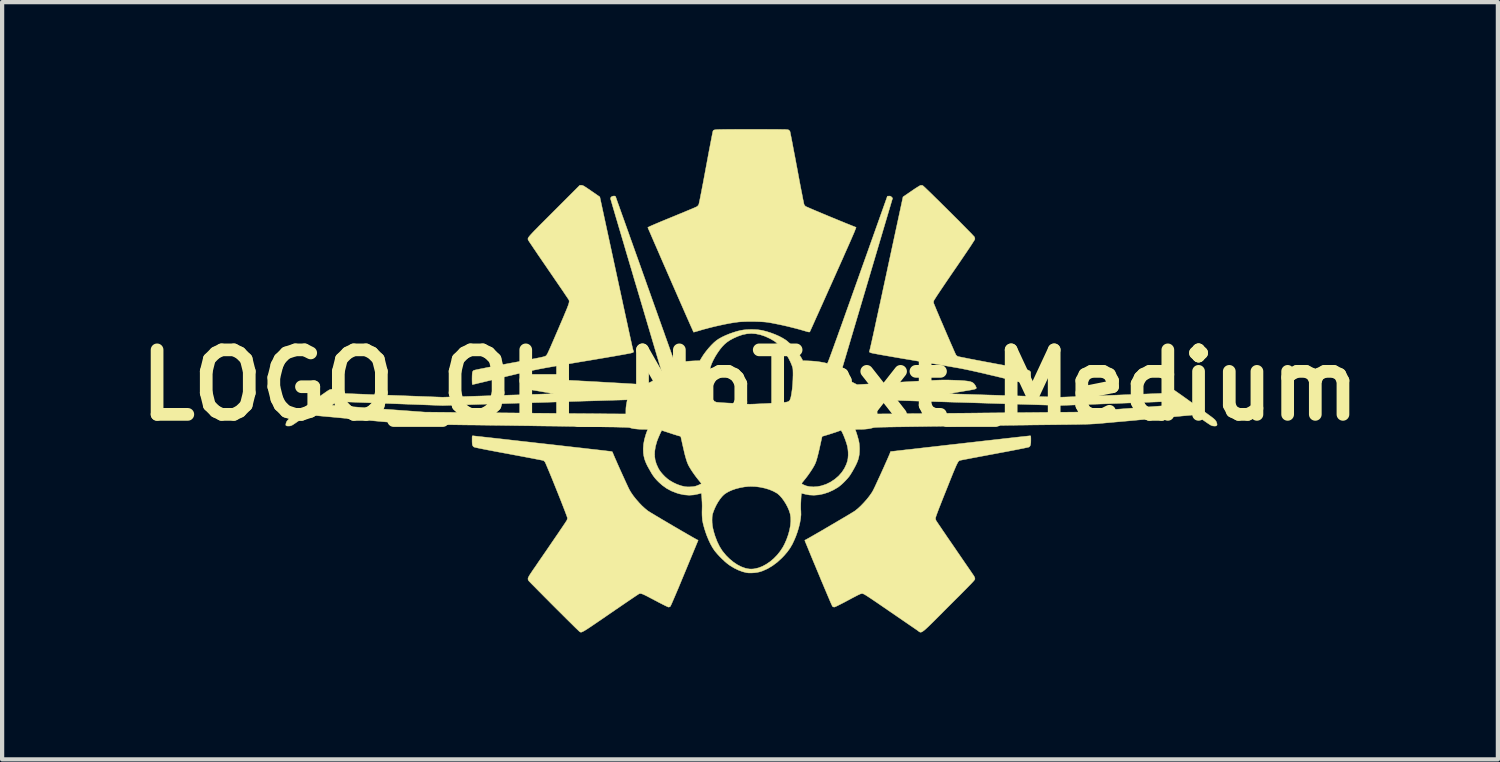
<source format=kicad_pcb>
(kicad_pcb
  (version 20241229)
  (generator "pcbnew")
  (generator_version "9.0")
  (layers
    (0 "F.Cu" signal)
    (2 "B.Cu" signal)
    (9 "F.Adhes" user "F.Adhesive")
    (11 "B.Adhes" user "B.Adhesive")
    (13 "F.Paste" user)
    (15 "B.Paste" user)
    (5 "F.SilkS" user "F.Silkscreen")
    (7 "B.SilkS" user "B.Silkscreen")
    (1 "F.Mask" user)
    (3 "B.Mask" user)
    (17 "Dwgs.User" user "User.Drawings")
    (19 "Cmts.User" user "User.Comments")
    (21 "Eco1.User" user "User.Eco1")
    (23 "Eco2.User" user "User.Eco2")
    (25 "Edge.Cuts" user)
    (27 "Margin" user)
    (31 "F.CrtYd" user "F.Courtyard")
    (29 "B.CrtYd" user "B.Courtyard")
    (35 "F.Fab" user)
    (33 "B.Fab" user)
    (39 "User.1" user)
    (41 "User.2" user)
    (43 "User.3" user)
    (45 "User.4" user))
  (footprint "LOGO_OH_NoText_Medium"
    (layer "F.Cu")
    (at 14.667 6.049)
    (property "Reference" "LOGO_OH_NoText_Medium" (at 0 0 0) (layer "F.SilkS") (effects (font (size 1.524 1.524) (thickness 0.3))))
    (attr through_hole board_only exclude_from_pos_files exclude_from_bom)
    (fp_poly (pts (xy 4.076 -4.719) (xy 4.085 -4.712) (xy 4.105 -4.694) (xy 4.135 -4.667) (xy 4.173 -4.63) (xy 4.22 -4.585) (xy 4.274 -4.533) (xy 4.333 -4.475) (xy 4.398 -4.411) (xy 4.467 -4.344) (xy 4.538 -4.273) (xy 4.612 -4.2) (xy 4.686 -4.126) (xy 4.761 -4.052) (xy 4.835 -3.978) (xy 4.907 -3.907) (xy 4.975 -3.838) (xy 5.04 -3.772) (xy 5.1 -3.711) (xy 5.154 -3.656) (xy 5.202 -3.608) (xy 5.241 -3.567) (xy 5.271 -3.535) (xy 5.292 -3.513) (xy 5.302 -3.501) (xy 5.302 -3.5) (xy 5.311 -3.468) (xy 5.311 -3.448) (xy 5.305 -3.436) (xy 5.289 -3.409) (xy 5.264 -3.37) (xy 5.23 -3.317) (xy 5.186 -3.25) (xy 5.132 -3.17) (xy 5.069 -3.077) (xy 4.997 -2.971) (xy 4.916 -2.852) (xy 4.826 -2.721) (xy 4.747 -2.606) (xy 4.674 -2.499) (xy 4.607 -2.4) (xy 4.547 -2.311) (xy 4.493 -2.231) (xy 4.447 -2.162) (xy 4.408 -2.103) (xy 4.378 -2.056) (xy 4.356 -2.021) (xy 4.343 -1.999) (xy 4.339 -1.992) (xy 4.336 -1.966) (xy 4.337 -1.944) (xy 4.337 -1.943) (xy 4.341 -1.931) (xy 4.352 -1.904) (xy 4.368 -1.865) (xy 4.389 -1.815) (xy 4.413 -1.756) (xy 4.442 -1.689) (xy 4.473 -1.615) (xy 4.507 -1.535) (xy 4.543 -1.453) (xy 4.579 -1.368) (xy 4.616 -1.282) (xy 4.652 -1.198) (xy 4.688 -1.115) (xy 4.722 -1.036) (xy 4.754 -0.963) (xy 4.784 -0.896) (xy 4.809 -0.837) (xy 4.831 -0.788) (xy 4.848 -0.75) (xy 4.86 -0.725) (xy 4.866 -0.714) (xy 4.866 -0.714) (xy 4.886 -0.694) (xy 4.906 -0.681) (xy 4.917 -0.677) (xy 4.944 -0.671) (xy 4.985 -0.663) (xy 5.039 -0.652) (xy 5.106 -0.639) (xy 5.183 -0.623) (xy 5.27 -0.607) (xy 5.365 -0.588) (xy 5.468 -0.569) (xy 5.577 -0.548) (xy 5.691 -0.527) (xy 5.754 -0.515) (xy 5.889 -0.49) (xy 6.009 -0.468) (xy 6.114 -0.448) (xy 6.205 -0.431) (xy 6.284 -0.416) (xy 6.351 -0.403) (xy 6.408 -0.392) (xy 6.455 -0.383) (xy 6.493 -0.375) (xy 6.523 -0.368) (xy 6.547 -0.362) (xy 6.565 -0.357) (xy 6.578 -0.353) (xy 6.588 -0.349) (xy 6.595 -0.345) (xy 6.6 -0.341) (xy 6.604 -0.337) (xy 6.604 -0.337) (xy 6.63 -0.311) (xy 6.632 -0.163) (xy 6.635 -0.015) (xy 6.615 -0.016) (xy 6.604 -0.018) (xy 6.577 -0.024) (xy 6.537 -0.033) (xy 6.486 -0.046) (xy 6.423 -0.06) (xy 6.352 -0.078) (xy 6.273 -0.097) (xy 6.188 -0.117) (xy 6.101 -0.139) (xy 5.913 -0.185) (xy 5.741 -0.226) (xy 5.583 -0.263) (xy 5.44 -0.297) (xy 5.31 -0.326) (xy 5.193 -0.352) (xy 5.088 -0.374) (xy 4.995 -0.393) (xy 4.958 -0.4) (xy 4.928 -0.405) (xy 4.883 -0.413) (xy 4.824 -0.423) (xy 4.752 -0.436) (xy 4.669 -0.45) (xy 4.576 -0.466) (xy 4.473 -0.483) (xy 4.363 -0.502) (xy 4.247 -0.522) (xy 4.126 -0.542) (xy 4.001 -0.563) (xy 3.873 -0.585) (xy 3.861 -0.587) (xy 3.736 -0.608) (xy 3.615 -0.628) (xy 3.499 -0.648) (xy 3.389 -0.667) (xy 3.287 -0.685) (xy 3.193 -0.701) (xy 3.108 -0.716) (xy 3.034 -0.729) (xy 2.973 -0.741) (xy 2.924 -0.75) (xy 2.889 -0.757) (xy 2.87 -0.761) (xy 2.868 -0.762) (xy 2.839 -0.772) (xy 2.824 -0.78) (xy 2.818 -0.788) (xy 2.819 -0.797) (xy 2.823 -0.811) (xy 2.828 -0.828) (xy 2.833 -0.849) (xy 2.84 -0.876) (xy 2.847 -0.908) (xy 2.856 -0.946) (xy 2.866 -0.991) (xy 2.878 -1.043) (xy 2.891 -1.104) (xy 2.907 -1.173) (xy 2.924 -1.252) (xy 2.944 -1.341) (xy 2.965 -1.441) (xy 2.989 -1.552) (xy 3.016 -1.675) (xy 3.045 -1.81) (xy 3.078 -1.959) (xy 3.113 -2.122) (xy 3.151 -2.3) (xy 3.193 -2.493) (xy 3.238 -2.702) (xy 3.239 -2.708) (xy 3.614 -4.448) (xy 3.811 -4.583) (xy 3.863 -4.619) (xy 3.911 -4.651) (xy 3.954 -4.678) (xy 3.99 -4.7) (xy 4.016 -4.715) (xy 4.03 -4.721) (xy 4.031 -4.721) (xy 4.057 -4.721) (xy 4.076 -4.719)) (stroke (width 0.01) (type solid)) (fill yes) (layer "F.SilkS"))
    (fp_poly (pts (xy -3.983 -4.723) (xy -3.971 -4.722) (xy -3.959 -4.719) (xy -3.944 -4.714) (xy -3.925 -4.704) (xy -3.901 -4.689) (xy -3.869 -4.669) (xy -3.828 -4.641) (xy -3.775 -4.605) (xy -3.746 -4.585) (xy -3.548 -4.448) (xy -3.165 -2.674) (xy -3.128 -2.503) (xy -3.092 -2.337) (xy -3.057 -2.175) (xy -3.023 -2.018) (xy -2.991 -1.868) (xy -2.96 -1.726) (xy -2.931 -1.591) (xy -2.903 -1.465) (xy -2.878 -1.348) (xy -2.855 -1.242) (xy -2.834 -1.147) (xy -2.816 -1.064) (xy -2.8 -0.993) (xy -2.788 -0.936) (xy -2.778 -0.894) (xy -2.772 -0.866) (xy -2.769 -0.854) (xy -2.76 -0.826) (xy -2.753 -0.802) (xy -2.75 -0.793) (xy -2.751 -0.784) (xy -2.761 -0.776) (xy -2.784 -0.767) (xy -2.803 -0.761) (xy -2.819 -0.757) (xy -2.851 -0.751) (xy -2.897 -0.742) (xy -2.956 -0.731) (xy -3.027 -0.718) (xy -3.11 -0.704) (xy -3.202 -0.687) (xy -3.304 -0.67) (xy -3.412 -0.651) (xy -3.528 -0.632) (xy -3.649 -0.611) (xy -3.774 -0.59) (xy -3.822 -0.582) (xy -3.992 -0.554) (xy -4.145 -0.528) (xy -4.285 -0.504) (xy -4.413 -0.483) (xy -4.529 -0.463) (xy -4.635 -0.444) (xy -4.732 -0.427) (xy -4.823 -0.411) (xy -4.907 -0.395) (xy -4.988 -0.38) (xy -5.065 -0.364) (xy -5.14 -0.349) (xy -5.215 -0.333) (xy -5.291 -0.316) (xy -5.37 -0.298) (xy -5.452 -0.279) (xy -5.539 -0.259) (xy -5.633 -0.236) (xy -5.735 -0.212) (xy -5.846 -0.185) (xy -5.967 -0.156) (xy -6.002 -0.147) (xy -6.095 -0.124) (xy -6.183 -0.103) (xy -6.265 -0.083) (xy -6.34 -0.065) (xy -6.406 -0.05) (xy -6.461 -0.036) (xy -6.505 -0.026) (xy -6.536 -0.019) (xy -6.552 -0.016) (xy -6.554 -0.015) (xy -6.559 -0.019) (xy -6.562 -0.03) (xy -6.564 -0.052) (xy -6.565 -0.086) (xy -6.566 -0.134) (xy -6.566 -0.155) (xy -6.565 -0.214) (xy -6.563 -0.259) (xy -6.56 -0.291) (xy -6.555 -0.315) (xy -6.546 -0.331) (xy -6.535 -0.344) (xy -6.526 -0.35) (xy -6.515 -0.353) (xy -6.487 -0.36) (xy -6.445 -0.369) (xy -6.389 -0.381) (xy -6.32 -0.394) (xy -6.238 -0.411) (xy -6.145 -0.429) (xy -6.041 -0.448) (xy -5.927 -0.47) (xy -5.805 -0.493) (xy -5.683 -0.516) (xy -5.547 -0.541) (xy -5.426 -0.563) (xy -5.32 -0.583) (xy -5.228 -0.601) (xy -5.148 -0.616) (xy -5.08 -0.629) (xy -5.023 -0.64) (xy -4.975 -0.65) (xy -4.936 -0.658) (xy -4.905 -0.665) (xy -4.881 -0.671) (xy -4.862 -0.676) (xy -4.848 -0.681) (xy -4.837 -0.685) (xy -4.829 -0.689) (xy -4.826 -0.691) (xy -4.819 -0.696) (xy -4.813 -0.702) (xy -4.807 -0.709) (xy -4.799 -0.72) (xy -4.791 -0.734) (xy -4.78 -0.754) (xy -4.768 -0.78) (xy -4.752 -0.814) (xy -4.733 -0.856) (xy -4.71 -0.907) (xy -4.684 -0.968) (xy -4.652 -1.041) (xy -4.615 -1.127) (xy -4.572 -1.227) (xy -4.532 -1.319) (xy -4.483 -1.435) (xy -4.439 -1.536) (xy -4.402 -1.623) (xy -4.371 -1.698) (xy -4.344 -1.762) (xy -4.322 -1.815) (xy -4.305 -1.86) (xy -4.292 -1.896) (xy -4.282 -1.926) (xy -4.276 -1.949) (xy -4.273 -1.968) (xy -4.272 -1.983) (xy -4.273 -1.995) (xy -4.276 -2.005) (xy -4.28 -2.015) (xy -4.283 -2.021) (xy -4.29 -2.031) (xy -4.305 -2.054) (xy -4.329 -2.089) (xy -4.36 -2.135) (xy -4.398 -2.192) (xy -4.442 -2.257) (xy -4.492 -2.33) (xy -4.547 -2.41) (xy -4.606 -2.496) (xy -4.668 -2.587) (xy -4.734 -2.683) (xy -4.763 -2.725) (xy -4.829 -2.822) (xy -4.893 -2.915) (xy -4.953 -3.003) (xy -5.01 -3.086) (xy -5.061 -3.162) (xy -5.108 -3.231) (xy -5.148 -3.291) (xy -5.182 -3.341) (xy -5.209 -3.381) (xy -5.227 -3.409) (xy -5.237 -3.425) (xy -5.239 -3.428) (xy -5.242 -3.437) (xy -5.245 -3.445) (xy -5.246 -3.453) (xy -5.245 -3.463) (xy -5.242 -3.474) (xy -5.235 -3.487) (xy -5.224 -3.503) (xy -5.208 -3.523) (xy -5.187 -3.548) (xy -5.16 -3.577) (xy -5.127 -3.613) (xy -5.086 -3.656) (xy -5.037 -3.705) (xy -4.98 -3.764) (xy -4.913 -3.831) (xy -4.837 -3.907) (xy -4.75 -3.994) (xy -4.652 -4.092) (xy -4.629 -4.115) (xy -4.021 -4.723) (xy -3.983 -4.723)) (stroke (width 0.01) (type solid)) (fill yes) (layer "F.SilkS"))
    (fp_poly (pts (xy -0.007 -6.044) (xy 0.035 -6.044) (xy 0.174 -6.044) (xy 0.298 -6.044) (xy 0.407 -6.043) (xy 0.502 -6.043) (xy 0.583 -6.043) (xy 0.653 -6.043) (xy 0.712 -6.042) (xy 0.761 -6.041) (xy 0.801 -6.04) (xy 0.833 -6.04) (xy 0.858 -6.038) (xy 0.877 -6.037) (xy 0.89 -6.035) (xy 0.9 -6.033) (xy 0.907 -6.031) (xy 0.911 -6.03) (xy 0.931 -6.013) (xy 0.944 -5.996) (xy 0.946 -5.985) (xy 0.952 -5.958) (xy 0.96 -5.917) (xy 0.971 -5.863) (xy 0.984 -5.797) (xy 0.999 -5.72) (xy 1.015 -5.633) (xy 1.033 -5.538) (xy 1.053 -5.435) (xy 1.074 -5.325) (xy 1.095 -5.211) (xy 1.11 -5.133) (xy 1.132 -5.015) (xy 1.153 -4.902) (xy 1.173 -4.794) (xy 1.192 -4.694) (xy 1.21 -4.601) (xy 1.227 -4.517) (xy 1.241 -4.443) (xy 1.253 -4.381) (xy 1.264 -4.331) (xy 1.271 -4.294) (xy 1.276 -4.273) (xy 1.278 -4.267) (xy 1.294 -4.244) (xy 1.31 -4.226) (xy 1.32 -4.221) (xy 1.344 -4.21) (xy 1.381 -4.194) (xy 1.429 -4.173) (xy 1.487 -4.148) (xy 1.553 -4.12) (xy 1.625 -4.09) (xy 1.703 -4.057) (xy 1.785 -4.023) (xy 1.868 -3.988) (xy 1.953 -3.953) (xy 2.036 -3.919) (xy 2.118 -3.885) (xy 2.195 -3.854) (xy 2.267 -3.824) (xy 2.333 -3.798) (xy 2.39 -3.775) (xy 2.437 -3.756) (xy 2.473 -3.742) (xy 2.496 -3.733) (xy 2.504 -3.731) (xy 2.505 -3.728) (xy 2.503 -3.72) (xy 2.498 -3.706) (xy 2.49 -3.685) (xy 2.479 -3.657) (xy 2.465 -3.621) (xy 2.446 -3.577) (xy 2.423 -3.524) (xy 2.396 -3.461) (xy 2.364 -3.388) (xy 2.327 -3.304) (xy 2.284 -3.208) (xy 2.236 -3.1) (xy 2.183 -2.979) (xy 2.123 -2.845) (xy 2.057 -2.697) (xy 1.984 -2.534) (xy 1.969 -2.5) (xy 1.908 -2.364) (xy 1.848 -2.231) (xy 1.791 -2.103) (xy 1.737 -1.982) (xy 1.685 -1.866) (xy 1.637 -1.759) (xy 1.592 -1.659) (xy 1.551 -1.569) (xy 1.515 -1.488) (xy 1.484 -1.419) (xy 1.458 -1.361) (xy 1.437 -1.315) (xy 1.422 -1.283) (xy 1.414 -1.264) (xy 1.412 -1.26) (xy 1.407 -1.256) (xy 1.396 -1.256) (xy 1.378 -1.258) (xy 1.35 -1.265) (xy 1.309 -1.277) (xy 1.282 -1.285) (xy 1.161 -1.32) (xy 1.03 -1.354) (xy 0.896 -1.388) (xy 0.76 -1.419) (xy 0.629 -1.446) (xy 0.507 -1.47) (xy 0.419 -1.485) (xy 0.369 -1.491) (xy 0.304 -1.496) (xy 0.23 -1.5) (xy 0.149 -1.503) (xy 0.064 -1.504) (xy -0.021 -1.504) (xy -0.102 -1.503) (xy -0.176 -1.5) (xy -0.24 -1.496) (xy -0.274 -1.493) (xy -0.371 -1.48) (xy -0.48 -1.462) (xy -0.599 -1.439) (xy -0.724 -1.412) (xy -0.852 -1.383) (xy -0.979 -1.351) (xy -1.102 -1.318) (xy -1.187 -1.293) (xy -1.233 -1.279) (xy -1.273 -1.268) (xy -1.305 -1.259) (xy -1.325 -1.253) (xy -1.331 -1.252) (xy -1.335 -1.259) (xy -1.346 -1.282) (xy -1.362 -1.318) (xy -1.384 -1.367) (xy -1.412 -1.429) (xy -1.444 -1.502) (xy -1.481 -1.585) (xy -1.522 -1.678) (xy -1.567 -1.781) (xy -1.615 -1.891) (xy -1.667 -2.008) (xy -1.721 -2.132) (xy -1.778 -2.262) (xy -1.837 -2.396) (xy -1.875 -2.484) (xy -1.935 -2.621) (xy -1.993 -2.754) (xy -2.049 -2.882) (xy -2.102 -3.004) (xy -2.152 -3.12) (xy -2.199 -3.228) (xy -2.243 -3.328) (xy -2.282 -3.418) (xy -2.317 -3.499) (xy -2.347 -3.569) (xy -2.372 -3.627) (xy -2.392 -3.672) (xy -2.406 -3.704) (xy -2.413 -3.723) (xy -2.415 -3.726) (xy -2.408 -3.731) (xy -2.385 -3.742) (xy -2.349 -3.759) (xy -2.299 -3.781) (xy -2.236 -3.808) (xy -2.161 -3.84) (xy -2.075 -3.876) (xy -1.978 -3.916) (xy -1.871 -3.96) (xy -1.848 -3.969) (xy -1.754 -4.008) (xy -1.665 -4.045) (xy -1.58 -4.079) (xy -1.503 -4.112) (xy -1.433 -4.141) (xy -1.373 -4.166) (xy -1.324 -4.187) (xy -1.286 -4.204) (xy -1.262 -4.215) (xy -1.253 -4.219) (xy -1.231 -4.239) (xy -1.213 -4.264) (xy -1.212 -4.266) (xy -1.208 -4.279) (xy -1.202 -4.308) (xy -1.192 -4.352) (xy -1.18 -4.41) (xy -1.166 -4.482) (xy -1.149 -4.566) (xy -1.131 -4.663) (xy -1.11 -4.77) (xy -1.088 -4.888) (xy -1.064 -5.016) (xy -1.041 -5.141) (xy -1.019 -5.258) (xy -0.998 -5.371) (xy -0.978 -5.479) (xy -0.959 -5.579) (xy -0.941 -5.672) (xy -0.925 -5.755) (xy -0.911 -5.828) (xy -0.899 -5.89) (xy -0.889 -5.94) (xy -0.882 -5.976) (xy -0.877 -5.997) (xy -0.875 -6.002) (xy -0.872 -6.009) (xy -0.868 -6.015) (xy -0.864 -6.02) (xy -0.857 -6.024) (xy -0.848 -6.028) (xy -0.834 -6.032) (xy -0.816 -6.034) (xy -0.791 -6.037) (xy -0.76 -6.039) (xy -0.721 -6.04) (xy -0.673 -6.041) (xy -0.615 -6.042) (xy -0.546 -6.043) (xy -0.466 -6.043) (xy -0.373 -6.043) (xy -0.266 -6.044) (xy -0.144 -6.044) (xy -0.007 -6.044)) (stroke (width 0.01) (type solid)) (fill yes) (layer "F.SilkS"))
    (fp_poly (pts (xy -6.538 1.196) (xy -6.512 1.199) (xy -6.472 1.204) (xy -6.417 1.21) (xy -6.35 1.217) (xy -6.271 1.226) (xy -6.181 1.236) (xy -6.082 1.247) (xy -5.973 1.259) (xy -5.856 1.272) (xy -5.733 1.286) (xy -5.604 1.301) (xy -5.47 1.316) (xy -5.332 1.332) (xy -5.191 1.347) (xy -5.048 1.364) (xy -4.904 1.38) (xy -4.76 1.396) (xy -4.618 1.412) (xy -4.477 1.428) (xy -4.34 1.444) (xy -4.206 1.459) (xy -4.078 1.474) (xy -3.955 1.487) (xy -3.84 1.501) (xy -3.733 1.513) (xy -3.634 1.524) (xy -3.546 1.534) (xy -3.469 1.543) (xy -3.403 1.551) (xy -3.351 1.557) (xy -3.313 1.561) (xy -3.29 1.564) (xy -3.283 1.565) (xy -3.26 1.57) (xy -3.249 1.578) (xy -3.244 1.594) (xy -3.239 1.606) (xy -3.228 1.633) (xy -3.212 1.671) (xy -3.191 1.72) (xy -3.166 1.776) (xy -3.138 1.84) (xy -3.108 1.908) (xy -3.076 1.98) (xy -3.043 2.052) (xy -3.01 2.125) (xy -2.978 2.195) (xy -2.948 2.261) (xy -2.92 2.322) (xy -2.895 2.375) (xy -2.875 2.419) (xy -2.858 2.452) (xy -2.851 2.468) (xy -2.809 2.538) (xy -2.756 2.615) (xy -2.694 2.693) (xy -2.626 2.771) (xy -2.556 2.845) (xy -2.485 2.91) (xy -2.418 2.965) (xy -2.417 2.966) (xy -2.402 2.976) (xy -2.373 2.994) (xy -2.333 3.019) (xy -2.282 3.049) (xy -2.223 3.085) (xy -2.156 3.124) (xy -2.084 3.168) (xy -2.006 3.213) (xy -1.926 3.261) (xy -1.844 3.309) (xy -1.762 3.357) (xy -1.681 3.404) (xy -1.603 3.45) (xy -1.529 3.492) (xy -1.461 3.532) (xy -1.4 3.567) (xy -1.347 3.597) (xy -1.305 3.621) (xy -1.274 3.638) (xy -1.263 3.644) (xy -1.225 3.663) (xy -1.546 4.438) (xy -1.603 4.575) (xy -1.655 4.701) (xy -1.702 4.814) (xy -1.745 4.914) (xy -1.782 5.001) (xy -1.814 5.075) (xy -1.84 5.135) (xy -1.86 5.18) (xy -1.875 5.211) (xy -1.883 5.226) (xy -1.884 5.228) (xy -1.906 5.239) (xy -1.924 5.242) (xy -1.936 5.239) (xy -1.961 5.227) (xy -1.998 5.21) (xy -2.044 5.187) (xy -2.099 5.159) (xy -2.16 5.128) (xy -2.225 5.093) (xy -2.247 5.082) (xy -2.326 5.04) (xy -2.391 5.006) (xy -2.444 4.978) (xy -2.487 4.957) (xy -2.521 4.941) (xy -2.548 4.931) (xy -2.569 4.924) (xy -2.586 4.922) (xy -2.6 4.922) (xy -2.613 4.925) (xy -2.622 4.928) (xy -2.631 4.934) (xy -2.654 4.949) (xy -2.689 4.972) (xy -2.734 5.002) (xy -2.79 5.04) (xy -2.854 5.083) (xy -2.926 5.132) (xy -3.005 5.186) (xy -3.091 5.245) (xy -3.181 5.306) (xy -3.275 5.371) (xy -3.296 5.385) (xy -3.409 5.463) (xy -3.508 5.531) (xy -3.595 5.59) (xy -3.671 5.642) (xy -3.736 5.686) (xy -3.791 5.723) (xy -3.838 5.754) (xy -3.877 5.779) (xy -3.909 5.798) (xy -3.935 5.813) (xy -3.956 5.823) (xy -3.972 5.83) (xy -3.985 5.834) (xy -3.996 5.835) (xy -4.004 5.833) (xy -4.012 5.83) (xy -4.02 5.826) (xy -4.021 5.825) (xy -4.03 5.818) (xy -4.05 5.799) (xy -4.08 5.77) (xy -4.119 5.733) (xy -4.166 5.687) (xy -4.219 5.634) (xy -4.279 5.575) (xy -4.344 5.511) (xy -4.412 5.443) (xy -4.483 5.372) (xy -4.557 5.299) (xy -4.631 5.225) (xy -4.705 5.151) (xy -4.778 5.077) (xy -4.849 5.006) (xy -4.917 4.937) (xy -4.981 4.873) (xy -5.04 4.813) (xy -5.093 4.759) (xy -5.139 4.713) (xy -5.177 4.674) (xy -5.206 4.644) (xy -5.225 4.624) (xy -5.233 4.614) (xy -5.233 4.614) (xy -5.241 4.596) (xy -5.245 4.578) (xy -5.243 4.558) (xy -5.234 4.535) (xy -5.218 4.505) (xy -5.194 4.466) (xy -5.161 4.417) (xy -5.157 4.411) (xy -5.138 4.382) (xy -5.11 4.341) (xy -5.074 4.29) (xy -5.032 4.228) (xy -4.985 4.158) (xy -4.932 4.082) (xy -4.876 4) (xy -4.817 3.915) (xy -4.757 3.827) (xy -4.703 3.748) (xy -4.644 3.662) (xy -4.588 3.58) (xy -4.535 3.503) (xy -4.487 3.431) (xy -4.443 3.367) (xy -4.405 3.31) (xy -4.373 3.263) (xy -4.349 3.226) (xy -4.333 3.201) (xy -4.325 3.188) (xy -4.325 3.187) (xy -4.317 3.161) (xy -4.313 3.137) (xy -4.317 3.125) (xy -4.326 3.098) (xy -4.34 3.059) (xy -4.359 3.009) (xy -4.382 2.948) (xy -4.409 2.879) (xy -4.438 2.804) (xy -4.47 2.722) (xy -4.504 2.637) (xy -4.539 2.549) (xy -4.575 2.46) (xy -4.611 2.37) (xy -4.646 2.283) (xy -4.68 2.199) (xy -4.713 2.119) (xy -4.743 2.046) (xy -4.771 1.98) (xy -4.795 1.923) (xy -4.815 1.876) (xy -4.83 1.841) (xy -4.841 1.819) (xy -4.845 1.813) (xy -4.862 1.794) (xy -4.878 1.781) (xy -4.88 1.78) (xy -4.89 1.778) (xy -4.915 1.772) (xy -4.955 1.764) (xy -5.009 1.754) (xy -5.074 1.741) (xy -5.15 1.726) (xy -5.236 1.71) (xy -5.33 1.692) (xy -5.431 1.673) (xy -5.539 1.653) (xy -5.652 1.632) (xy -5.698 1.623) (xy -5.844 1.596) (xy -5.975 1.572) (xy -6.09 1.55) (xy -6.19 1.531) (xy -6.276 1.514) (xy -6.348 1.5) (xy -6.406 1.488) (xy -6.453 1.478) (xy -6.487 1.47) (xy -6.51 1.464) (xy -6.522 1.46) (xy -6.523 1.459) (xy -6.54 1.445) (xy -6.551 1.428) (xy -6.559 1.406) (xy -6.563 1.374) (xy -6.565 1.331) (xy -6.565 1.299) (xy -6.565 1.256) (xy -6.565 1.227) (xy -6.563 1.209) (xy -6.56 1.199) (xy -6.554 1.196) (xy -6.548 1.195) (xy -6.538 1.196)) (stroke (width 0.01) (type solid)) (fill yes) (layer "F.SilkS"))
    (fp_poly (pts (xy 6.623 1.196) (xy 6.628 1.199) (xy 6.632 1.209) (xy 6.633 1.227) (xy 6.634 1.257) (xy 6.634 1.293) (xy 6.633 1.35) (xy 6.628 1.393) (xy 6.62 1.425) (xy 6.607 1.447) (xy 6.59 1.461) (xy 6.579 1.464) (xy 6.552 1.47) (xy 6.511 1.479) (xy 6.456 1.491) (xy 6.389 1.504) (xy 6.31 1.52) (xy 6.221 1.537) (xy 6.123 1.556) (xy 6.017 1.576) (xy 5.903 1.597) (xy 5.784 1.62) (xy 5.767 1.623) (xy 5.652 1.644) (xy 5.543 1.665) (xy 5.438 1.684) (xy 5.341 1.703) (xy 5.252 1.719) (xy 5.172 1.735) (xy 5.103 1.748) (xy 5.045 1.759) (xy 5 1.768) (xy 4.968 1.775) (xy 4.952 1.779) (xy 4.95 1.779) (xy 4.941 1.785) (xy 4.933 1.791) (xy 4.924 1.801) (xy 4.915 1.814) (xy 4.904 1.832) (xy 4.892 1.856) (xy 4.877 1.886) (xy 4.86 1.924) (xy 4.84 1.971) (xy 4.816 2.027) (xy 4.788 2.095) (xy 4.756 2.174) (xy 4.719 2.266) (xy 4.677 2.372) (xy 4.637 2.472) (xy 4.584 2.604) (xy 4.538 2.72) (xy 4.498 2.822) (xy 4.464 2.908) (xy 4.436 2.981) (xy 4.414 3.04) (xy 4.398 3.085) (xy 4.388 3.117) (xy 4.382 3.136) (xy 4.382 3.141) (xy 4.385 3.169) (xy 4.394 3.195) (xy 4.394 3.196) (xy 4.401 3.206) (xy 4.416 3.229) (xy 4.44 3.265) (xy 4.471 3.311) (xy 4.509 3.366) (xy 4.552 3.431) (xy 4.602 3.503) (xy 4.655 3.582) (xy 4.713 3.666) (xy 4.774 3.755) (xy 4.832 3.839) (xy 4.895 3.932) (xy 4.957 4.022) (xy 5.015 4.107) (xy 5.07 4.187) (xy 5.12 4.26) (xy 5.165 4.325) (xy 5.204 4.382) (xy 5.236 4.429) (xy 5.261 4.466) (xy 5.278 4.49) (xy 5.285 4.5) (xy 5.306 4.539) (xy 5.313 4.572) (xy 5.313 4.578) (xy 5.311 4.584) (xy 5.308 4.591) (xy 5.301 4.601) (xy 5.292 4.613) (xy 5.279 4.629) (xy 5.26 4.649) (xy 5.237 4.674) (xy 5.208 4.705) (xy 5.171 4.742) (xy 5.128 4.787) (xy 5.076 4.839) (xy 5.016 4.9) (xy 4.947 4.97) (xy 4.867 5.049) (xy 4.776 5.14) (xy 4.697 5.219) (xy 4.595 5.321) (xy 4.505 5.412) (xy 4.425 5.492) (xy 4.355 5.562) (xy 4.294 5.622) (xy 4.241 5.674) (xy 4.196 5.717) (xy 4.158 5.752) (xy 4.126 5.781) (xy 4.098 5.802) (xy 4.076 5.818) (xy 4.057 5.828) (xy 4.041 5.834) (xy 4.027 5.835) (xy 4.014 5.832) (xy 4.002 5.827) (xy 3.99 5.819) (xy 3.977 5.809) (xy 3.963 5.797) (xy 3.948 5.787) (xy 3.931 5.775) (xy 3.9 5.754) (xy 3.858 5.725) (xy 3.805 5.689) (xy 3.744 5.647) (xy 3.674 5.599) (xy 3.597 5.546) (xy 3.515 5.49) (xy 3.428 5.43) (xy 3.337 5.368) (xy 3.286 5.333) (xy 3.18 5.26) (xy 3.088 5.197) (xy 3.008 5.142) (xy 2.938 5.095) (xy 2.879 5.055) (xy 2.83 5.022) (xy 2.788 4.995) (xy 2.755 4.973) (xy 2.727 4.956) (xy 2.706 4.944) (xy 2.689 4.935) (xy 2.676 4.929) (xy 2.666 4.925) (xy 2.657 4.923) (xy 2.655 4.923) (xy 2.645 4.923) (xy 2.634 4.924) (xy 2.621 4.927) (xy 2.604 4.932) (xy 2.583 4.942) (xy 2.554 4.955) (xy 2.517 4.974) (xy 2.471 4.998) (xy 2.413 5.028) (xy 2.343 5.066) (xy 2.314 5.081) (xy 2.232 5.125) (xy 2.16 5.162) (xy 2.099 5.193) (xy 2.051 5.217) (xy 2.015 5.233) (xy 1.993 5.241) (xy 1.988 5.242) (xy 1.961 5.235) (xy 1.946 5.223) (xy 1.941 5.213) (xy 1.93 5.189) (xy 1.913 5.151) (xy 1.891 5.101) (xy 1.865 5.039) (xy 1.834 4.967) (xy 1.8 4.886) (xy 1.762 4.797) (xy 1.722 4.701) (xy 1.679 4.6) (xy 1.635 4.493) (xy 1.589 4.383) (xy 1.542 4.27) (xy 1.494 4.156) (xy 1.447 4.042) (xy 1.4 3.928) (xy 1.354 3.816) (xy 1.309 3.707) (xy 1.294 3.671) (xy 1.298 3.66) (xy 1.306 3.656) (xy 1.318 3.65) (xy 1.343 3.636) (xy 1.38 3.616) (xy 1.427 3.589) (xy 1.483 3.557) (xy 1.547 3.52) (xy 1.618 3.479) (xy 1.693 3.436) (xy 1.771 3.39) (xy 1.852 3.343) (xy 1.933 3.295) (xy 2.014 3.248) (xy 2.093 3.201) (xy 2.168 3.157) (xy 2.239 3.115) (xy 2.303 3.077) (xy 2.36 3.043) (xy 2.407 3.014) (xy 2.445 2.991) (xy 2.47 2.975) (xy 2.481 2.968) (xy 2.548 2.914) (xy 2.619 2.848) (xy 2.691 2.773) (xy 2.76 2.695) (xy 2.823 2.615) (xy 2.877 2.538) (xy 2.899 2.501) (xy 2.909 2.482) (xy 2.925 2.45) (xy 2.946 2.407) (xy 2.971 2.354) (xy 2.999 2.293) (xy 3.03 2.225) (xy 3.063 2.154) (xy 3.097 2.08) (xy 3.131 2.005) (xy 3.164 1.932) (xy 3.195 1.861) (xy 3.225 1.795) (xy 3.251 1.736) (xy 3.273 1.685) (xy 3.291 1.644) (xy 3.303 1.615) (xy 3.308 1.601) (xy 3.314 1.581) (xy 3.318 1.569) (xy 3.319 1.568) (xy 3.327 1.567) (xy 3.351 1.564) (xy 3.391 1.56) (xy 3.445 1.554) (xy 3.513 1.546) (xy 3.593 1.537) (xy 3.685 1.526) (xy 3.789 1.515) (xy 3.903 1.502) (xy 4.026 1.488) (xy 4.158 1.472) (xy 4.298 1.457) (xy 4.446 1.44) (xy 4.599 1.422) (xy 4.758 1.404) (xy 4.922 1.386) (xy 4.957 1.382) (xy 5.122 1.363) (xy 5.282 1.345) (xy 5.438 1.327) (xy 5.587 1.31) (xy 5.73 1.294) (xy 5.865 1.279) (xy 5.991 1.264) (xy 6.109 1.251) (xy 6.216 1.239) (xy 6.312 1.228) (xy 6.396 1.219) (xy 6.468 1.211) (xy 6.527 1.205) (xy 6.571 1.2) (xy 6.6 1.197) (xy 6.613 1.195) (xy 6.614 1.195) (xy 6.623 1.196)) (stroke (width 0.01) (type solid)) (fill yes) (layer "F.SilkS"))
    (fp_poly (pts (xy -3.193 -4.467) (xy -3.18 -4.461) (xy -3.173 -4.447) (xy -3.172 -4.446) (xy -3.167 -4.432) (xy -3.157 -4.403) (xy -3.142 -4.36) (xy -3.122 -4.303) (xy -3.097 -4.235) (xy -3.069 -4.155) (xy -3.037 -4.065) (xy -3.001 -3.965) (xy -2.962 -3.856) (xy -2.921 -3.74) (xy -2.877 -3.618) (xy -2.832 -3.489) (xy -2.784 -3.356) (xy -2.735 -3.218) (xy -2.685 -3.078) (xy -2.634 -2.936) (xy -2.583 -2.792) (xy -2.532 -2.648) (xy -2.481 -2.505) (xy -2.431 -2.363) (xy -2.381 -2.224) (xy -2.333 -2.088) (xy -2.286 -1.956) (xy -2.241 -1.83) (xy -2.198 -1.71) (xy -2.158 -1.597) (xy -2.121 -1.493) (xy -2.087 -1.397) (xy -2.056 -1.311) (xy -2.029 -1.236) (xy -2.007 -1.172) (xy -2.002 -1.158) (xy -1.966 -1.058) (xy -1.932 -0.963) (xy -1.9 -0.873) (xy -1.871 -0.791) (xy -1.844 -0.716) (xy -1.821 -0.651) (xy -1.802 -0.597) (xy -1.786 -0.555) (xy -1.776 -0.525) (xy -1.77 -0.51) (xy -1.769 -0.508) (xy -1.761 -0.51) (xy -1.743 -0.516) (xy -1.738 -0.518) (xy -1.703 -0.53) (xy -1.654 -0.54) (xy -1.594 -0.55) (xy -1.524 -0.559) (xy -1.449 -0.567) (xy -1.371 -0.572) (xy -1.293 -0.576) (xy -1.274 -0.576) (xy -1.185 -0.578) (xy -1.144 -0.647) (xy -1.095 -0.724) (xy -1.037 -0.802) (xy -0.975 -0.878) (xy -0.911 -0.948) (xy -0.848 -1.01) (xy -0.792 -1.057) (xy -0.734 -1.096) (xy -0.662 -1.136) (xy -0.58 -1.175) (xy -0.49 -1.212) (xy -0.397 -1.245) (xy -0.303 -1.274) (xy -0.216 -1.295) (xy -0.148 -1.306) (xy -0.069 -1.313) (xy 0.016 -1.316) (xy 0.102 -1.315) (xy 0.184 -1.31) (xy 0.257 -1.3) (xy 0.284 -1.295) (xy 0.388 -1.269) (xy 0.492 -1.236) (xy 0.593 -1.198) (xy 0.688 -1.156) (xy 0.773 -1.111) (xy 0.846 -1.065) (xy 0.875 -1.043) (xy 0.936 -0.989) (xy 1.001 -0.924) (xy 1.065 -0.851) (xy 1.125 -0.776) (xy 1.177 -0.701) (xy 1.216 -0.638) (xy 1.248 -0.578) (xy 1.344 -0.576) (xy 1.455 -0.571) (xy 1.563 -0.562) (xy 1.664 -0.548) (xy 1.756 -0.531) (xy 1.824 -0.514) (xy 1.826 -0.514) (xy 1.828 -0.516) (xy 1.83 -0.52) (xy 1.834 -0.527) (xy 1.838 -0.536) (xy 1.844 -0.55) (xy 1.851 -0.567) (xy 1.859 -0.589) (xy 1.87 -0.616) (xy 1.882 -0.648) (xy 1.896 -0.687) (xy 1.913 -0.732) (xy 1.932 -0.784) (xy 1.953 -0.843) (xy 1.978 -0.911) (xy 2.005 -0.987) (xy 2.036 -1.072) (xy 2.07 -1.166) (xy 2.107 -1.271) (xy 2.149 -1.386) (xy 2.194 -1.512) (xy 2.243 -1.65) (xy 2.296 -1.799) (xy 2.354 -1.961) (xy 2.416 -2.136) (xy 2.483 -2.324) (xy 2.555 -2.526) (xy 2.632 -2.743) (xy 2.715 -2.975) (xy 2.803 -3.222) (xy 2.811 -3.245) (xy 3.245 -4.465) (xy 3.282 -4.467) (xy 3.308 -4.467) (xy 3.327 -4.46) (xy 3.344 -4.444) (xy 3.368 -4.419) (xy 2.748 -2.326) (xy 2.127 -0.232) (xy 2.15 -0.215) (xy 2.163 -0.206) (xy 2.19 -0.191) (xy 2.226 -0.171) (xy 2.271 -0.147) (xy 2.32 -0.121) (xy 2.35 -0.105) (xy 2.529 -0.013) (xy 3.136 -0.048) (xy 3.316 -0.059) (xy 3.48 -0.068) (xy 3.629 -0.077) (xy 3.764 -0.084) (xy 3.885 -0.091) (xy 3.994 -0.097) (xy 4.091 -0.103) (xy 4.178 -0.107) (xy 4.256 -0.111) (xy 4.324 -0.114) (xy 4.385 -0.117) (xy 4.439 -0.119) (xy 4.487 -0.121) (xy 4.529 -0.122) (xy 4.567 -0.123) (xy 4.602 -0.123) (xy 4.635 -0.123) (xy 4.666 -0.123) (xy 4.696 -0.122) (xy 4.721 -0.121) (xy 4.839 -0.117) (xy 4.944 -0.113) (xy 5.034 -0.107) (xy 5.108 -0.1) (xy 5.167 -0.092) (xy 5.197 -0.086) (xy 5.247 -0.069) (xy 5.285 -0.042) (xy 5.316 -0.002) (xy 5.33 0.023) (xy 5.338 0.04) (xy 5.344 0.054) (xy 5.346 0.065) (xy 5.344 0.074) (xy 5.336 0.082) (xy 5.319 0.09) (xy 5.294 0.097) (xy 5.258 0.105) (xy 5.21 0.114) (xy 5.148 0.124) (xy 5.072 0.137) (xy 5.049 0.141) (xy 4.96 0.156) (xy 4.886 0.168) (xy 4.827 0.179) (xy 4.782 0.187) (xy 4.75 0.193) (xy 4.728 0.198) (xy 4.718 0.201) (xy 4.717 0.203) (xy 4.724 0.204) (xy 4.725 0.204) (xy 4.735 0.204) (xy 4.761 0.205) (xy 4.803 0.206) (xy 4.858 0.208) (xy 4.927 0.21) (xy 5.008 0.212) (xy 5.1 0.215) (xy 5.202 0.218) (xy 5.314 0.222) (xy 5.435 0.226) (xy 5.563 0.23) (xy 5.698 0.234) (xy 5.839 0.238) (xy 5.984 0.243) (xy 6.033 0.244) (xy 7.325 0.284) (xy 8.506 0.24) (xy 8.648 0.235) (xy 8.786 0.229) (xy 8.92 0.224) (xy 9.049 0.22) (xy 9.171 0.215) (xy 9.285 0.211) (xy 9.39 0.207) (xy 9.486 0.203) (xy 9.57 0.2) (xy 9.643 0.197) (xy 9.702 0.194) (xy 9.748 0.193) (xy 9.778 0.191) (xy 9.788 0.191) (xy 9.89 0.186) (xy 9.887 0.161) (xy 9.888 0.13) (xy 9.902 0.108) (xy 9.927 0.098) (xy 9.96 0.098) (xy 10.001 0.11) (xy 10.015 0.116) (xy 10.028 0.124) (xy 10.053 0.14) (xy 10.088 0.165) (xy 10.134 0.197) (xy 10.187 0.234) (xy 10.247 0.277) (xy 10.312 0.323) (xy 10.381 0.373) (xy 10.453 0.424) (xy 10.525 0.476) (xy 10.597 0.528) (xy 10.667 0.579) (xy 10.734 0.627) (xy 10.796 0.673) (xy 10.852 0.714) (xy 10.901 0.75) (xy 10.94 0.78) (xy 10.942 0.781) (xy 10.984 0.819) (xy 11.013 0.86) (xy 11.028 0.9) (xy 11.033 0.931) (xy 11.027 0.951) (xy 11.008 0.963) (xy 10.976 0.966) (xy 10.94 0.963) (xy 10.925 0.961) (xy 10.91 0.956) (xy 10.893 0.949) (xy 10.872 0.938) (xy 10.846 0.921) (xy 10.811 0.898) (xy 10.767 0.868) (xy 10.711 0.829) (xy 10.709 0.828) (xy 10.524 0.698) (xy 10.355 0.714) (xy 10.288 0.72) (xy 10.209 0.727) (xy 10.118 0.736) (xy 10.019 0.745) (xy 9.911 0.755) (xy 9.797 0.765) (xy 9.678 0.776) (xy 9.555 0.787) (xy 9.429 0.799) (xy 9.303 0.81) (xy 9.177 0.821) (xy 9.052 0.833) (xy 8.931 0.844) (xy 8.815 0.854) (xy 8.704 0.864) (xy 8.601 0.873) (xy 8.507 0.882) (xy 8.423 0.889) (xy 8.35 0.896) (xy 8.291 0.901) (xy 8.246 0.905) (xy 8.222 0.907) (xy 8.182 0.91) (xy 8.141 0.913) (xy 8.098 0.915) (xy 8.051 0.918) (xy 7.998 0.92) (xy 7.939 0.922) (xy 7.873 0.923) (xy 7.797 0.925) (xy 7.71 0.927) (xy 7.612 0.928) (xy 7.5 0.93) (xy 7.374 0.931) (xy 7.261 0.933) (xy 7.162 0.934) (xy 7.068 0.935) (xy 6.976 0.936) (xy 6.886 0.937) (xy 6.797 0.938) (xy 6.708 0.939) (xy 6.618 0.94) (xy 6.526 0.942) (xy 6.431 0.943) (xy 6.331 0.944) (xy 6.227 0.946) (xy 6.117 0.947) (xy 6 0.949) (xy 5.874 0.95) (xy 5.74 0.952) (xy 5.596 0.954) (xy 5.441 0.956) (xy 5.275 0.959) (xy 5.095 0.961) (xy 4.902 0.964) (xy 4.694 0.967) (xy 4.47 0.97) (xy 4.428 0.971) (xy 4.243 0.973) (xy 4.073 0.976) (xy 3.919 0.978) (xy 3.779 0.98) (xy 3.654 0.982) (xy 3.541 0.984) (xy 3.441 0.985) (xy 3.352 0.987) (xy 3.274 0.988) (xy 3.206 0.99) (xy 3.148 0.991) (xy 3.098 0.992) (xy 3.056 0.993) (xy 3.02 0.995) (xy 2.991 0.996) (xy 2.968 0.997) (xy 2.949 0.999) (xy 2.934 1) (xy 2.922 1.002) (xy 2.913 1.003) (xy 2.905 1.005) (xy 2.898 1.007) (xy 2.892 1.009) (xy 2.892 1.009) (xy 2.846 1.021) (xy 2.787 1.031) (xy 2.719 1.038) (xy 2.644 1.042) (xy 2.582 1.043) (xy 2.54 1.043) (xy 2.512 1.044) (xy 2.496 1.046) (xy 2.489 1.049) (xy 2.488 1.055) (xy 2.489 1.058) (xy 2.506 1.104) (xy 2.524 1.158) (xy 2.541 1.215) (xy 2.556 1.269) (xy 2.568 1.316) (xy 2.574 1.344) (xy 2.58 1.385) (xy 2.584 1.436) (xy 2.587 1.487) (xy 2.587 1.513) (xy 2.585 1.579) (xy 2.58 1.64) (xy 2.569 1.699) (xy 2.553 1.759) (xy 2.53 1.82) (xy 2.5 1.886) (xy 2.462 1.958) (xy 2.416 2.04) (xy 2.365 2.122) (xy 2.339 2.159) (xy 2.302 2.203) (xy 2.258 2.251) (xy 2.211 2.299) (xy 2.163 2.344) (xy 2.117 2.382) (xy 2.079 2.411) (xy 1.968 2.476) (xy 1.854 2.528) (xy 1.738 2.566) (xy 1.622 2.59) (xy 1.508 2.599) (xy 1.398 2.593) (xy 1.304 2.575) (xy 1.271 2.566) (xy 1.244 2.56) (xy 1.226 2.556) (xy 1.224 2.556) (xy 1.218 2.558) (xy 1.214 2.568) (xy 1.211 2.587) (xy 1.208 2.62) (xy 1.206 2.656) (xy 1.202 2.733) (xy 1.199 2.797) (xy 1.198 2.85) (xy 1.198 2.895) (xy 1.199 2.936) (xy 1.202 2.976) (xy 1.202 2.983) (xy 1.204 3.061) (xy 1.195 3.151) (xy 1.178 3.25) (xy 1.153 3.355) (xy 1.12 3.465) (xy 1.08 3.576) (xy 1.049 3.649) (xy 1.001 3.752) (xy 0.947 3.845) (xy 0.885 3.932) (xy 0.812 4.018) (xy 0.754 4.079) (xy 0.643 4.181) (xy 0.529 4.266) (xy 0.413 4.335) (xy 0.294 4.388) (xy 0.229 4.409) (xy 0.17 4.422) (xy 0.103 4.431) (xy 0.034 4.435) (xy -0.03 4.435) (xy -0.08 4.429) (xy -0.174 4.406) (xy -0.273 4.369) (xy -0.374 4.32) (xy -0.473 4.26) (xy -0.497 4.243) (xy -0.546 4.206) (xy -0.601 4.159) (xy -0.659 4.104) (xy -0.716 4.047) (xy -0.77 3.989) (xy -0.816 3.935) (xy -0.837 3.909) (xy -0.886 3.835) (xy -0.935 3.747) (xy -0.981 3.649) (xy -1.024 3.544) (xy -1.049 3.473) (xy -1.075 3.392) (xy -1.095 3.321) (xy -1.111 3.257) (xy -1.122 3.197) (xy -1.123 3.185) (xy -0.897 3.185) (xy -0.895 3.254) (xy -0.888 3.321) (xy -0.875 3.39) (xy -0.856 3.466) (xy -0.83 3.552) (xy -0.824 3.57) (xy -0.775 3.698) (xy -0.719 3.812) (xy -0.656 3.912) (xy -0.644 3.927) (xy -0.567 4.021) (xy -0.482 4.105) (xy -0.393 4.178) (xy -0.301 4.24) (xy -0.208 4.288) (xy -0.115 4.322) (xy -0.053 4.336) (xy -0.006 4.342) (xy 0.036 4.343) (xy 0.081 4.34) (xy 0.108 4.336) (xy 0.2 4.315) (xy 0.293 4.279) (xy 0.385 4.229) (xy 0.476 4.167) (xy 0.562 4.094) (xy 0.642 4.012) (xy 0.714 3.922) (xy 0.777 3.826) (xy 0.814 3.757) (xy 0.864 3.644) (xy 0.904 3.531) (xy 0.934 3.421) (xy 0.954 3.314) (xy 0.963 3.214) (xy 0.961 3.122) (xy 0.948 3.039) (xy 0.946 3.033) (xy 0.922 2.958) (xy 0.889 2.882) (xy 0.849 2.806) (xy 0.803 2.733) (xy 0.755 2.667) (xy 0.705 2.61) (xy 0.656 2.566) (xy 0.64 2.554) (xy 0.556 2.507) (xy 0.46 2.466) (xy 0.355 2.434) (xy 0.244 2.41) (xy 0.132 2.395) (xy 0.02 2.391) (xy -0.032 2.392) (xy -0.136 2.403) (xy -0.238 2.422) (xy -0.336 2.447) (xy -0.428 2.479) (xy -0.51 2.516) (xy -0.579 2.557) (xy -0.616 2.585) (xy -0.662 2.631) (xy -0.709 2.69) (xy -0.755 2.758) (xy -0.797 2.832) (xy -0.834 2.909) (xy -0.864 2.984) (xy -0.878 3.025) (xy -0.887 3.058) (xy -0.892 3.086) (xy -0.895 3.117) (xy -0.896 3.155) (xy -0.897 3.185) (xy -1.123 3.185) (xy -1.129 3.136) (xy -1.133 3.071) (xy -1.134 2.998) (xy -1.132 2.914) (xy -1.131 2.868) (xy -1.131 2.843) (xy -1.132 2.809) (xy -1.133 2.768) (xy -1.136 2.723) (xy -1.138 2.677) (xy -1.141 2.634) (xy -1.144 2.597) (xy -1.147 2.57) (xy -1.149 2.555) (xy -1.15 2.553) (xy -1.159 2.554) (xy -1.18 2.558) (xy -1.21 2.566) (xy -1.228 2.571) (xy -1.331 2.592) (xy -1.439 2.599) (xy -1.553 2.59) (xy -1.669 2.566) (xy -1.735 2.546) (xy -1.858 2.498) (xy -1.971 2.437) (xy -2.075 2.362) (xy -2.149 2.296) (xy -2.2 2.245) (xy -2.242 2.198) (xy -2.279 2.15) (xy -2.316 2.096) (xy -2.345 2.046) (xy -2.39 1.967) (xy -2.427 1.9) (xy -2.455 1.84) (xy -2.477 1.786) (xy -2.494 1.735) (xy -2.506 1.683) (xy -2.51 1.665) (xy -2.254 1.665) (xy -2.241 1.765) (xy -2.212 1.863) (xy -2.168 1.959) (xy -2.149 1.993) (xy -2.112 2.047) (xy -2.064 2.104) (xy -2.01 2.16) (xy -1.953 2.21) (xy -1.902 2.248) (xy -1.815 2.299) (xy -1.722 2.343) (xy -1.627 2.376) (xy -1.537 2.397) (xy -1.532 2.397) (xy -1.484 2.402) (xy -1.429 2.402) (xy -1.372 2.399) (xy -1.32 2.393) (xy -1.282 2.384) (xy -1.256 2.375) (xy -1.225 2.363) (xy -1.194 2.349) (xy -1.167 2.337) (xy -1.15 2.327) (xy -1.148 2.326) (xy -1.152 2.32) (xy 1.223 2.32) (xy 1.226 2.33) (xy 1.238 2.339) (xy 1.258 2.35) (xy 1.329 2.379) (xy 1.41 2.396) (xy 1.499 2.402) (xy 1.593 2.395) (xy 1.684 2.377) (xy 1.795 2.341) (xy 1.901 2.289) (xy 2.001 2.223) (xy 2.091 2.146) (xy 2.095 2.142) (xy 2.169 2.058) (xy 2.23 1.965) (xy 2.277 1.866) (xy 2.304 1.784) (xy 2.314 1.724) (xy 2.319 1.653) (xy 2.318 1.578) (xy 2.311 1.504) (xy 2.299 1.441) (xy 2.288 1.4) (xy 2.273 1.352) (xy 2.256 1.302) (xy 2.237 1.251) (xy 2.217 1.201) (xy 2.198 1.156) (xy 2.18 1.118) (xy 2.165 1.089) (xy 2.153 1.072) (xy 2.147 1.068) (xy 2.136 1.071) (xy 2.113 1.079) (xy 2.082 1.089) (xy 2.056 1.099) (xy 2.018 1.112) (xy 1.968 1.128) (xy 1.914 1.146) (xy 1.859 1.163) (xy 1.838 1.17) (xy 1.703 1.21) (xy 1.659 1.408) (xy 1.638 1.504) (xy 1.619 1.585) (xy 1.602 1.654) (xy 1.587 1.711) (xy 1.573 1.759) (xy 1.56 1.801) (xy 1.546 1.837) (xy 1.532 1.869) (xy 1.516 1.9) (xy 1.502 1.925) (xy 1.463 1.99) (xy 1.415 2.062) (xy 1.363 2.136) (xy 1.311 2.204) (xy 1.272 2.252) (xy 1.246 2.284) (xy 1.229 2.305) (xy 1.223 2.32) (xy -1.152 2.32) (xy -1.153 2.319) (xy -1.166 2.301) (xy -1.186 2.276) (xy -1.211 2.245) (xy -1.218 2.237) (xy -1.268 2.174) (xy -1.32 2.103) (xy -1.37 2.031) (xy -1.415 1.96) (xy -1.451 1.898) (xy -1.468 1.861) (xy -1.486 1.816) (xy -1.504 1.762) (xy -1.523 1.698) (xy -1.544 1.62) (xy -1.565 1.529) (xy -1.586 1.437) (xy -1.599 1.381) (xy -1.61 1.329) (xy -1.62 1.285) (xy -1.628 1.251) (xy -1.632 1.23) (xy -1.634 1.224) (xy -1.643 1.209) (xy -1.665 1.201) (xy -1.67 1.2) (xy -1.687 1.196) (xy -1.717 1.187) (xy -1.758 1.174) (xy -1.807 1.159) (xy -1.861 1.141) (xy -1.891 1.131) (xy -1.944 1.114) (xy -1.992 1.098) (xy -2.033 1.085) (xy -2.063 1.075) (xy -2.08 1.069) (xy -2.084 1.068) (xy -2.09 1.076) (xy -2.101 1.096) (xy -2.115 1.126) (xy -2.132 1.163) (xy -2.15 1.204) (xy -2.168 1.246) (xy -2.184 1.286) (xy -2.197 1.321) (xy -2.201 1.333) (xy -2.234 1.45) (xy -2.251 1.56) (xy -2.254 1.665) (xy -2.51 1.665) (xy -2.515 1.629) (xy -2.519 1.605) (xy -2.523 1.503) (xy -2.515 1.394) (xy -2.494 1.281) (xy -2.461 1.166) (xy -2.443 1.115) (xy -2.431 1.084) (xy -2.422 1.06) (xy -2.417 1.047) (xy -2.417 1.045) (xy -2.425 1.044) (xy -2.446 1.044) (xy -2.478 1.043) (xy -2.515 1.043) (xy -2.591 1.041) (xy -2.664 1.036) (xy -2.731 1.029) (xy -2.787 1.019) (xy -2.823 1.009) (xy -2.828 1.008) (xy -2.831 1.006) (xy -2.835 1.005) (xy -2.839 1.004) (xy -2.844 1.002) (xy -2.85 1.001) (xy -2.858 1) (xy -2.869 0.999) (xy -2.882 0.998) (xy -2.899 0.997) (xy -2.92 0.996) (xy -2.946 0.995) (xy -2.977 0.994) (xy -3.013 0.993) (xy -3.056 0.992) (xy -3.105 0.991) (xy -3.161 0.989) (xy -3.226 0.988) (xy -3.298 0.987) (xy -3.38 0.986) (xy -3.47 0.984) (xy -3.571 0.982) (xy -3.682 0.981) (xy -3.803 0.979) (xy -3.937 0.977) (xy -4.082 0.975) (xy -4.24 0.973) (xy -4.411 0.97) (xy -4.595 0.967) (xy -4.794 0.965) (xy -5.007 0.962) (xy -5.235 0.958) (xy -5.479 0.955) (xy -5.739 0.951) (xy -5.833 0.95) (xy -5.941 0.948) (xy -6.062 0.947) (xy -6.195 0.945) (xy -6.336 0.943) (xy -6.482 0.941) (xy -6.631 0.94) (xy -6.78 0.938) (xy -6.925 0.936) (xy -7.065 0.934) (xy -7.192 0.933) (xy -7.35 0.931) (xy -7.492 0.929) (xy -7.618 0.927) (xy -7.729 0.925) (xy -7.825 0.923) (xy -7.908 0.92) (xy -7.978 0.918) (xy -8.035 0.916) (xy -8.081 0.913) (xy -8.102 0.911) (xy -8.155 0.907) (xy -8.22 0.901) (xy -8.297 0.895) (xy -8.383 0.887) (xy -8.479 0.879) (xy -8.582 0.869) (xy -8.692 0.86) (xy -8.808 0.849) (xy -8.927 0.838) (xy -9.05 0.827) (xy -9.174 0.816) (xy -9.299 0.805) (xy -9.423 0.794) (xy -9.545 0.783) (xy -9.664 0.772) (xy -9.779 0.761) (xy -9.888 0.751) (xy -9.991 0.742) (xy -10.086 0.733) (xy -10.171 0.725) (xy -10.247 0.718) (xy -10.311 0.712) (xy -10.362 0.707) (xy -10.399 0.703) (xy -10.422 0.701) (xy -10.427 0.7) (xy -10.436 0.7) (xy -10.447 0.701) (xy -10.461 0.706) (xy -10.478 0.716) (xy -10.502 0.731) (xy -10.534 0.752) (xy -10.576 0.781) (xy -10.63 0.818) (xy -10.642 0.827) (xy -10.699 0.867) (xy -10.743 0.897) (xy -10.778 0.921) (xy -10.805 0.938) (xy -10.826 0.949) (xy -10.843 0.956) (xy -10.858 0.961) (xy -10.872 0.963) (xy -10.915 0.965) (xy -10.946 0.961) (xy -10.964 0.949) (xy -10.965 0.945) (xy -10.966 0.93) (xy -10.962 0.906) (xy -10.959 0.892) (xy -10.948 0.864) (xy -10.928 0.835) (xy -10.901 0.807) (xy -10.885 0.793) (xy -10.857 0.771) (xy -10.818 0.741) (xy -10.771 0.706) (xy -10.715 0.664) (xy -10.654 0.619) (xy -10.588 0.57) (xy -10.518 0.519) (xy -10.454 0.473) (xy -9.873 0.473) (xy -9.865 0.474) (xy -9.84 0.476) (xy -9.801 0.479) (xy -9.748 0.483) (xy -9.681 0.488) (xy -9.603 0.494) (xy -9.514 0.501) (xy -9.415 0.508) (xy -9.308 0.516) (xy -9.192 0.525) (xy -9.069 0.534) (xy -8.94 0.543) (xy -8.807 0.553) (xy -8.775 0.556) (xy -7.679 0.636) (xy -5.588 0.656) (xy -5.397 0.658) (xy -5.208 0.66) (xy -5.023 0.662) (xy -4.842 0.663) (xy -4.665 0.665) (xy -4.495 0.667) (xy -4.331 0.668) (xy -4.175 0.67) (xy -4.027 0.671) (xy -3.888 0.672) (xy -3.76 0.673) (xy -3.642 0.674) (xy -3.536 0.675) (xy -3.443 0.676) (xy -3.364 0.677) (xy -3.298 0.677) (xy -3.248 0.678) (xy -3.215 0.678) (xy -2.933 0.679) (xy -2.933 0.598) (xy -2.931 0.537) (xy -2.923 0.471) (xy -2.916 0.432) (xy -2.909 0.396) (xy -2.904 0.368) (xy -2.901 0.35) (xy -2.901 0.345) (xy -2.91 0.345) (xy -2.935 0.346) (xy -2.975 0.347) (xy -3.03 0.349) (xy -3.099 0.351) (xy -3.182 0.353) (xy -3.277 0.356) (xy -3.384 0.359) (xy -3.503 0.363) (xy -3.632 0.367) (xy -3.771 0.371) (xy -3.919 0.375) (xy -4.075 0.38) (xy -4.239 0.385) (xy -4.411 0.391) (xy -4.588 0.396) (xy -4.771 0.402) (xy -4.959 0.408) (xy -5.08 0.411) (xy -7.257 0.48) (xy -8.509 0.433) (xy -9.762 0.386) (xy -9.819 0.428) (xy -9.844 0.448) (xy -9.863 0.463) (xy -9.873 0.472) (xy -9.873 0.473) (xy -10.454 0.473) (xy -10.446 0.467) (xy -10.374 0.415) (xy -10.303 0.364) (xy -10.234 0.314) (xy -10.169 0.268) (xy -10.109 0.225) (xy -10.055 0.188) (xy -10.01 0.156) (xy -9.974 0.132) (xy -9.948 0.116) (xy -9.936 0.109) (xy -9.898 0.098) (xy -9.865 0.096) (xy -9.84 0.102) (xy -9.833 0.109) (xy -9.825 0.126) (xy -9.821 0.15) (xy -9.821 0.154) (xy -9.821 0.186) (xy -9.72 0.191) (xy -9.699 0.192) (xy -9.662 0.193) (xy -9.611 0.195) (xy -9.546 0.198) (xy -9.469 0.201) (xy -9.379 0.204) (xy -9.28 0.208) (xy -9.171 0.212) (xy -9.053 0.217) (xy -8.929 0.222) (xy -8.798 0.227) (xy -8.662 0.232) (xy -8.522 0.237) (xy -8.441 0.24) (xy -7.264 0.284) (xy -5.956 0.243) (xy -5.809 0.239) (xy -5.666 0.234) (xy -5.529 0.23) (xy -5.398 0.226) (xy -5.274 0.222) (xy -5.159 0.218) (xy -5.054 0.215) (xy -4.958 0.212) (xy -4.873 0.209) (xy -4.8 0.207) (xy -4.741 0.205) (xy -4.695 0.203) (xy -4.663 0.202) (xy -4.647 0.201) (xy -4.646 0.201) (xy -4.653 0.199) (xy -4.674 0.195) (xy -4.708 0.189) (xy -4.75 0.181) (xy -4.799 0.172) (xy -4.807 0.171) (xy -4.908 0.154) (xy -4.994 0.139) (xy -5.066 0.127) (xy -5.125 0.117) (xy -5.172 0.108) (xy -5.209 0.101) (xy -5.236 0.096) (xy -5.256 0.091) (xy -5.269 0.087) (xy -5.277 0.084) (xy -5.281 0.081) (xy -5.282 0.077) (xy -5.281 0.074) (xy -5.28 0.069) (xy -5.28 0.069) (xy -5.269 0.034) (xy -5.249 -0.004) (xy -5.223 -0.038) (xy -5.196 -0.064) (xy -5.185 -0.071) (xy -5.157 -0.081) (xy -5.115 -0.09) (xy -5.058 -0.098) (xy -4.985 -0.105) (xy -4.896 -0.111) (xy -4.791 -0.116) (xy -4.749 -0.118) (xy -4.669 -0.121) (xy -4.599 -0.122) (xy -4.534 -0.123) (xy -4.47 -0.122) (xy -4.404 -0.121) (xy -4.329 -0.118) (xy -4.243 -0.114) (xy -4.233 -0.113) (xy -4.167 -0.11) (xy -4.086 -0.106) (xy -3.992 -0.1) (xy -3.888 -0.095) (xy -3.774 -0.088) (xy -3.654 -0.082) (xy -3.529 -0.075) (xy -3.401 -0.067) (xy -3.272 -0.06) (xy -3.145 -0.053) (xy -3.02 -0.046) (xy -2.901 -0.039) (xy -2.789 -0.032) (xy -2.704 -0.027) (xy -2.471 -0.013) (xy -2.285 -0.107) (xy -2.233 -0.134) (xy -2.184 -0.159) (xy -2.142 -0.181) (xy -2.109 -0.199) (xy -2.087 -0.212) (xy -2.08 -0.216) (xy -2.061 -0.232) (xy -2.064 -0.243) (xy -0.951 -0.243) (xy -0.95 -0.168) (xy -0.946 -0.088) (xy -0.939 -0.005) (xy -0.931 0.077) (xy -0.921 0.155) (xy -0.91 0.227) (xy -0.897 0.29) (xy -0.892 0.31) (xy -0.873 0.349) (xy -0.841 0.381) (xy -0.803 0.399) (xy -0.785 0.403) (xy -0.752 0.406) (xy -0.709 0.41) (xy -0.659 0.414) (xy -0.605 0.417) (xy -0.601 0.417) (xy -0.55 0.42) (xy -0.492 0.423) (xy -0.428 0.426) (xy -0.361 0.43) (xy -0.294 0.433) (xy -0.228 0.437) (xy -0.167 0.44) (xy -0.112 0.443) (xy -0.066 0.446) (xy -0.032 0.448) (xy -0.011 0.449) (xy -0.008 0.449) (xy 0.004 0.449) (xy 0.031 0.448) (xy 0.071 0.447) (xy 0.122 0.445) (xy 0.183 0.442) (xy 0.252 0.439) (xy 0.327 0.436) (xy 0.369 0.434) (xy 0.478 0.428) (xy 0.571 0.424) (xy 0.65 0.419) (xy 0.716 0.415) (xy 0.77 0.411) (xy 0.814 0.406) (xy 0.849 0.401) (xy 0.876 0.396) (xy 0.897 0.389) (xy 0.912 0.382) (xy 0.924 0.373) (xy 0.933 0.364) (xy 0.94 0.354) (xy 2.967 0.354) (xy 2.97 0.375) (xy 2.977 0.404) (xy 2.978 0.41) (xy 2.985 0.444) (xy 2.992 0.489) (xy 2.997 0.538) (xy 2.999 0.575) (xy 3.004 0.679) (xy 3.043 0.679) (xy 3.055 0.679) (xy 3.083 0.679) (xy 3.126 0.678) (xy 3.185 0.678) (xy 3.257 0.677) (xy 3.343 0.677) (xy 3.442 0.676) (xy 3.552 0.675) (xy 3.674 0.674) (xy 3.807 0.672) (xy 3.95 0.671) (xy 4.102 0.67) (xy 4.262 0.668) (xy 4.43 0.667) (xy 4.606 0.665) (xy 4.788 0.663) (xy 4.976 0.662) (xy 5.168 0.66) (xy 5.366 0.658) (xy 5.419 0.657) (xy 7.756 0.635) (xy 8.843 0.556) (xy 8.977 0.546) (xy 9.107 0.536) (xy 9.23 0.527) (xy 9.347 0.518) (xy 9.457 0.51) (xy 9.557 0.502) (xy 9.648 0.495) (xy 9.728 0.489) (xy 9.797 0.484) (xy 9.852 0.48) (xy 9.894 0.476) (xy 9.922 0.474) (xy 9.933 0.472) (xy 9.934 0.472) (xy 9.929 0.466) (xy 9.914 0.452) (xy 9.891 0.434) (xy 9.88 0.426) (xy 9.851 0.404) (xy 9.831 0.392) (xy 9.815 0.386) (xy 9.798 0.385) (xy 9.784 0.387) (xy 9.771 0.387) (xy 9.743 0.389) (xy 9.699 0.391) (xy 9.641 0.393) (xy 9.57 0.396) (xy 9.488 0.399) (xy 9.394 0.403) (xy 9.29 0.407) (xy 9.177 0.411) (xy 9.057 0.416) (xy 8.929 0.42) (xy 8.795 0.425) (xy 8.656 0.431) (xy 8.533 0.435) (xy 7.321 0.479) (xy 5.147 0.411) (xy 4.956 0.405) (xy 4.77 0.4) (xy 4.589 0.394) (xy 4.413 0.389) (xy 4.245 0.383) (xy 4.083 0.378) (xy 3.93 0.374) (xy 3.785 0.369) (xy 3.649 0.365) (xy 3.524 0.361) (xy 3.41 0.358) (xy 3.307 0.355) (xy 3.216 0.352) (xy 3.138 0.35) (xy 3.074 0.348) (xy 3.024 0.347) (xy 2.99 0.346) (xy 2.971 0.346) (xy 2.967 0.346) (xy 2.967 0.354) (xy 0.94 0.354) (xy 0.941 0.353) (xy 0.952 0.328) (xy 0.964 0.287) (xy 0.975 0.234) (xy 0.985 0.171) (xy 0.995 0.101) (xy 1.003 0.025) (xy 1.009 -0.054) (xy 1.013 -0.134) (xy 1.015 -0.212) (xy 1.016 -0.227) (xy 1.016 -0.284) (xy 1.015 -0.328) (xy 1.014 -0.361) (xy 1.012 -0.386) (xy 1.009 -0.407) (xy 1.003 -0.427) (xy 0.996 -0.449) (xy 0.993 -0.458) (xy 0.958 -0.544) (xy 0.911 -0.637) (xy 0.856 -0.73) (xy 0.795 -0.821) (xy 0.73 -0.904) (xy 0.726 -0.909) (xy 0.658 -0.978) (xy 0.574 -1.042) (xy 0.477 -1.099) (xy 0.368 -1.149) (xy 0.355 -1.155) (xy 0.244 -1.192) (xy 0.138 -1.214) (xy 0.033 -1.222) (xy -0.072 -1.215) (xy -0.178 -1.193) (xy -0.288 -1.155) (xy -0.395 -1.107) (xy -0.474 -1.064) (xy -0.541 -1.019) (xy -0.6 -0.97) (xy -0.656 -0.912) (xy -0.712 -0.843) (xy -0.771 -0.759) (xy -0.824 -0.674) (xy -0.869 -0.59) (xy -0.906 -0.51) (xy -0.932 -0.437) (xy -0.94 -0.409) (xy -0.947 -0.367) (xy -0.95 -0.31) (xy -0.951 -0.243) (xy -2.064 -0.243) (xy -2.675 -2.306) (xy -2.73 -2.488) (xy -2.782 -2.667) (xy -2.834 -2.841) (xy -2.884 -3.009) (xy -2.932 -3.171) (xy -2.977 -3.326) (xy -3.021 -3.474) (xy -3.062 -3.613) (xy -3.101 -3.743) (xy -3.136 -3.864) (xy -3.169 -3.974) (xy -3.198 -4.073) (xy -3.224 -4.161) (xy -3.246 -4.236) (xy -3.264 -4.298) (xy -3.278 -4.347) (xy -3.288 -4.38) (xy -3.294 -4.399) (xy -3.295 -4.403) (xy -3.292 -4.428) (xy -3.276 -4.449) (xy -3.249 -4.463) (xy -3.217 -4.469) (xy -3.193 -4.467)) (stroke (width 0.01) (type solid)) (fill yes) (layer "F.SilkS")))
  (gr_rect
    (start -3 -3)
    (end 32.333 14.888)
    (stroke (width 0.1) (type default))
    (fill no)
    (layer "Edge.Cuts")))
</source>
